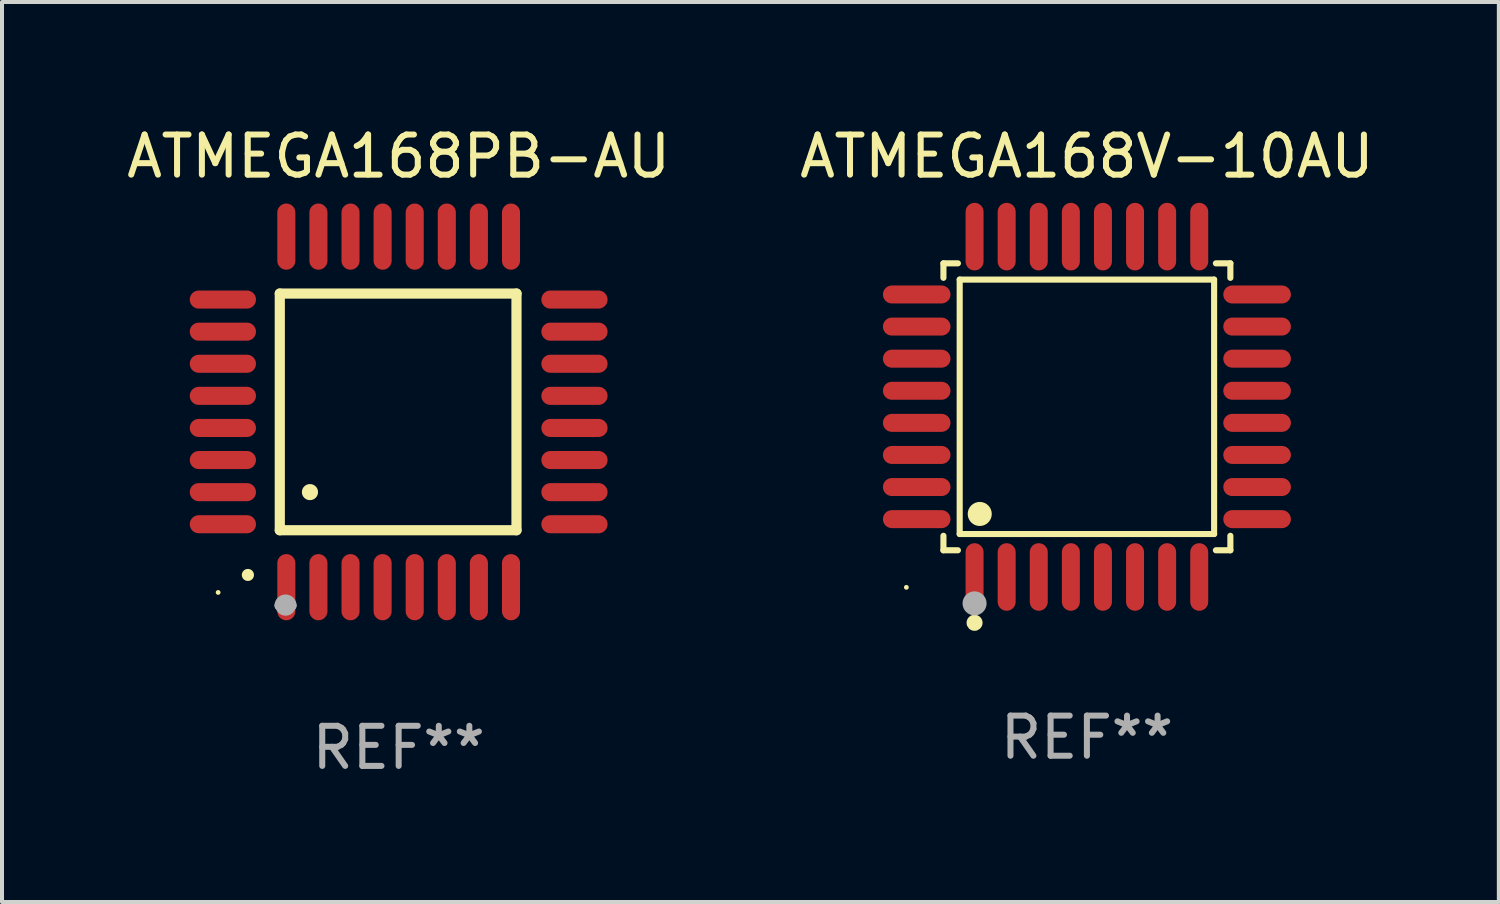
<source format=kicad_pcb>
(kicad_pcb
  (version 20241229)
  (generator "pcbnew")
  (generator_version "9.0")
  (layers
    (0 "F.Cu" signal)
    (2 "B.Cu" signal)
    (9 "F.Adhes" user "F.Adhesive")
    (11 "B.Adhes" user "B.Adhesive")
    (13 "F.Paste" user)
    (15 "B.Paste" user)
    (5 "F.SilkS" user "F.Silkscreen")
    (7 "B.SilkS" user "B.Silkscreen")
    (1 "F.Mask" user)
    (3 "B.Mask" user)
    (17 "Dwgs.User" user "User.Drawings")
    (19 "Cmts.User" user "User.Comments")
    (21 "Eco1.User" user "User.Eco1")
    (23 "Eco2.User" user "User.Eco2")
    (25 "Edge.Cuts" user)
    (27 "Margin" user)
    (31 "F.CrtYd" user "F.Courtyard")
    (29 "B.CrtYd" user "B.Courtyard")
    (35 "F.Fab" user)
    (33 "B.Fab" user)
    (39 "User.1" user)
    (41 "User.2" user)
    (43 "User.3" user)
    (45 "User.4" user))
  (footprint "ATMEGA168PB-AU"
    (layer "F.Cu")
    (at 6.887 7.217)
    (property "Reference" "ATMEGA168PB-AU" (at 0 -6.369 0) (layer "F.SilkS") (effects (font (size 1 1) (thickness 0.15))))
    (attr through_hole)
    (fp_line (start -2.963 -2.95) (end -2.963 2.95) (stroke (width 0.254) (type solid)) (layer "F.SilkS"))
    (fp_line (start -2.963 2.95) (end 2.937 2.95) (stroke (width 0.254) (type solid)) (layer "F.SilkS"))
    (fp_line (start 2.937 -2.95) (end -2.963 -2.95) (stroke (width 0.254) (type solid)) (layer "F.SilkS"))
    (fp_line (start 2.937 2.95) (end 2.937 -2.95) (stroke (width 0.254) (type solid)) (layer "F.SilkS"))
    (fp_arc (start -3.759208 4.064008) (mid -3.757938 4.064003) (end -3.756668 4.064008) (stroke (width 0.3) (type solid)) (layer "F.SilkS"))
    (fp_arc (start -2.212344 1.998984) (mid -2.211074 1.99898) (end -2.209804 1.998984) (stroke (width 0.4) (type solid)) (layer "F.SilkS"))
    (fp_circle (center -4.5 4.5) (end -4.47 4.5) (stroke (width 0.06) (type solid)) (fill no) (layer "F.SilkS"))
    (fp_arc (start -2.967489 4.82601) (mid -2.819406 4.677927) (end -2.671323 4.82601) (stroke (width 0.254001) (type solid)) (layer "F.Fab"))
    (fp_arc (start -2.967488 4.82601) (mid -2.819406 4.791053) (end -2.671324 4.82601) (stroke (width 0.254001) (type solid)) (layer "F.Fab"))
    (fp_circle (center -2.819 4.826) (end -2.692 4.826) (stroke (width 0.254) (type solid)) (fill no) (layer "F.Fab"))
    (fp_text user "REF**" (at 0 8.369 0) (layer "F.Fab") (effects (font (size 1 1) (thickness 0.15))))
    (pad "1" smd oval (at -2.8 4.369) (size 0.45 1.65) (layers "F.Cu" "F.Mask" "F.Paste"))
    (pad "2" smd oval (at -2 4.369) (size 0.45 1.65) (layers "F.Cu" "F.Mask" "F.Paste"))
    (pad "3" smd oval (at -1.2 4.369) (size 0.45 1.65) (layers "F.Cu" "F.Mask" "F.Paste"))
    (pad "4" smd oval (at -0.4 4.369) (size 0.45 1.65) (layers "F.Cu" "F.Mask" "F.Paste"))
    (pad "5" smd oval (at 0.4 4.369) (size 0.45 1.65) (layers "F.Cu" "F.Mask" "F.Paste"))
    (pad "6" smd oval (at 1.2 4.369) (size 0.45 1.65) (layers "F.Cu" "F.Mask" "F.Paste"))
    (pad "7" smd oval (at 2 4.369) (size 0.45 1.65) (layers "F.Cu" "F.Mask" "F.Paste"))
    (pad "8" smd oval (at 2.8 4.369) (size 0.45 1.65) (layers "F.Cu" "F.Mask" "F.Paste"))
    (pad "9" smd oval (at 4.382 2.8) (size 1.65 0.45) (layers "F.Cu" "F.Mask" "F.Paste"))
    (pad "10" smd oval (at 4.382 2) (size 1.65 0.45) (layers "F.Cu" "F.Mask" "F.Paste"))
    (pad "11" smd oval (at 4.382 1.2) (size 1.65 0.45) (layers "F.Cu" "F.Mask" "F.Paste"))
    (pad "12" smd oval (at 4.382 0.4) (size 1.65 0.45) (layers "F.Cu" "F.Mask" "F.Paste"))
    (pad "13" smd oval (at 4.382 -0.4) (size 1.65 0.45) (layers "F.Cu" "F.Mask" "F.Paste"))
    (pad "14" smd oval (at 4.382 -1.2) (size 1.65 0.45) (layers "F.Cu" "F.Mask" "F.Paste"))
    (pad "15" smd oval (at 4.382 -2) (size 1.65 0.45) (layers "F.Cu" "F.Mask" "F.Paste"))
    (pad "16" smd oval (at 4.382 -2.8) (size 1.65 0.45) (layers "F.Cu" "F.Mask" "F.Paste"))
    (pad "17" smd oval (at 2.8 -4.369) (size 0.45 1.65) (layers "F.Cu" "F.Mask" "F.Paste"))
    (pad "18" smd oval (at 2 -4.369) (size 0.45 1.65) (layers "F.Cu" "F.Mask" "F.Paste"))
    (pad "19" smd oval (at 1.2 -4.369) (size 0.45 1.65) (layers "F.Cu" "F.Mask" "F.Paste"))
    (pad "20" smd oval (at 0.4 -4.369) (size 0.45 1.65) (layers "F.Cu" "F.Mask" "F.Paste"))
    (pad "21" smd oval (at -0.4 -4.369) (size 0.45 1.65) (layers "F.Cu" "F.Mask" "F.Paste"))
    (pad "22" smd oval (at -1.2 -4.369) (size 0.45 1.65) (layers "F.Cu" "F.Mask" "F.Paste"))
    (pad "23" smd oval (at -2 -4.369) (size 0.45 1.65) (layers "F.Cu" "F.Mask" "F.Paste"))
    (pad "24" smd oval (at -2.8 -4.369) (size 0.45 1.65) (layers "F.Cu" "F.Mask" "F.Paste"))
    (pad "25" smd oval (at -4.382 -2.8) (size 1.65 0.45) (layers "F.Cu" "F.Mask" "F.Paste"))
    (pad "26" smd oval (at -4.382 -2) (size 1.65 0.45) (layers "F.Cu" "F.Mask" "F.Paste"))
    (pad "27" smd oval (at -4.382 -1.2) (size 1.65 0.45) (layers "F.Cu" "F.Mask" "F.Paste"))
    (pad "28" smd oval (at -4.382 -0.4) (size 1.65 0.45) (layers "F.Cu" "F.Mask" "F.Paste"))
    (pad "29" smd oval (at -4.382 0.4) (size 1.65 0.45) (layers "F.Cu" "F.Mask" "F.Paste"))
    (pad "30" smd oval (at -4.382 1.2) (size 1.65 0.45) (layers "F.Cu" "F.Mask" "F.Paste"))
    (pad "31" smd oval (at -4.382 2) (size 1.65 0.45) (layers "F.Cu" "F.Mask" "F.Paste"))
    (pad "32" smd oval (at -4.382 2.8) (size 1.65 0.45) (layers "F.Cu" "F.Mask" "F.Paste")))
  (footprint "ATMEGA168V-10AU"
    (layer "F.Cu")
    (at 24.042 7.09)
    (property "Reference" "ATMEGA168V-10AU" (at 0 -6.242 0) (layer "F.SilkS") (effects (font (size 1 1) (thickness 0.15))))
    (attr through_hole)
    (fp_line (start -3.576 -3.576) (end -3.215 -3.576) (stroke (width 0.152) (type solid)) (layer "F.SilkS"))
    (fp_line (start -3.576 -3.215) (end -3.576 -3.576) (stroke (width 0.152) (type solid)) (layer "F.SilkS"))
    (fp_line (start -3.576 3.215) (end -3.576 3.576) (stroke (width 0.152) (type solid)) (layer "F.SilkS"))
    (fp_line (start -3.576 3.576) (end -3.215 3.576) (stroke (width 0.152) (type solid)) (layer "F.SilkS"))
    (fp_line (start -3.171 -3.171) (end 3.171 -3.171) (stroke (width 0.152) (type solid)) (layer "F.SilkS"))
    (fp_line (start -3.171 3.171) (end -3.171 -3.171) (stroke (width 0.152) (type solid)) (layer "F.SilkS"))
    (fp_line (start 3.171 -3.171) (end 3.171 3.171) (stroke (width 0.152) (type solid)) (layer "F.SilkS"))
    (fp_line (start 3.171 3.171) (end -3.171 3.171) (stroke (width 0.152) (type solid)) (layer "F.SilkS"))
    (fp_line (start 3.576 -3.576) (end 3.215 -3.576) (stroke (width 0.152) (type solid)) (layer "F.SilkS"))
    (fp_line (start 3.576 -3.215) (end 3.576 -3.576) (stroke (width 0.152) (type solid)) (layer "F.SilkS"))
    (fp_line (start 3.576 3.215) (end 3.576 3.576) (stroke (width 0.152) (type solid)) (layer "F.SilkS"))
    (fp_line (start 3.576 3.576) (end 3.215 3.576) (stroke (width 0.152) (type solid)) (layer "F.SilkS"))
    (fp_circle (center -4.5 4.5) (end -4.47 4.5) (stroke (width 0.06) (type solid)) (fill no) (layer "F.SilkS"))
    (fp_circle (center -2.8 5.384) (end -2.7 5.384) (stroke (width 0.2) (type solid)) (fill no) (layer "F.SilkS"))
    (fp_circle (center -2.671 2.671) (end -2.521 2.671) (stroke (width 0.3) (type solid)) (fill no) (layer "F.SilkS"))
    (fp_circle (center -2.8 4.9) (end -2.65 4.9) (stroke (width 0.3) (type solid)) (fill no) (layer "F.Fab"))
    (fp_text user "REF**" (at 0 8.242 0) (layer "F.Fab") (effects (font (size 1 1) (thickness 0.15))))
    (pad "1" smd oval (at -2.8 4.242) (size 0.448 1.684) (layers "F.Cu" "F.Mask" "F.Paste"))
    (pad "2" smd oval (at -2 4.242) (size 0.448 1.684) (layers "F.Cu" "F.Mask" "F.Paste"))
    (pad "3" smd oval (at -1.2 4.242) (size 0.448 1.684) (layers "F.Cu" "F.Mask" "F.Paste"))
    (pad "4" smd oval (at -0.4 4.242) (size 0.448 1.684) (layers "F.Cu" "F.Mask" "F.Paste"))
    (pad "5" smd oval (at 0.4 4.242) (size 0.448 1.684) (layers "F.Cu" "F.Mask" "F.Paste"))
    (pad "6" smd oval (at 1.2 4.242) (size 0.448 1.684) (layers "F.Cu" "F.Mask" "F.Paste"))
    (pad "7" smd oval (at 2 4.242) (size 0.448 1.684) (layers "F.Cu" "F.Mask" "F.Paste"))
    (pad "8" smd oval (at 2.8 4.242) (size 0.448 1.684) (layers "F.Cu" "F.Mask" "F.Paste"))
    (pad "9" smd oval (at 4.242 2.8) (size 1.684 0.448) (layers "F.Cu" "F.Mask" "F.Paste"))
    (pad "10" smd oval (at 4.242 2) (size 1.684 0.448) (layers "F.Cu" "F.Mask" "F.Paste"))
    (pad "11" smd oval (at 4.242 1.2) (size 1.684 0.448) (layers "F.Cu" "F.Mask" "F.Paste"))
    (pad "12" smd oval (at 4.242 0.4) (size 1.684 0.448) (layers "F.Cu" "F.Mask" "F.Paste"))
    (pad "13" smd oval (at 4.242 -0.4) (size 1.684 0.448) (layers "F.Cu" "F.Mask" "F.Paste"))
    (pad "14" smd oval (at 4.242 -1.2) (size 1.684 0.448) (layers "F.Cu" "F.Mask" "F.Paste"))
    (pad "15" smd oval (at 4.242 -2) (size 1.684 0.448) (layers "F.Cu" "F.Mask" "F.Paste"))
    (pad "16" smd oval (at 4.242 -2.8) (size 1.684 0.448) (layers "F.Cu" "F.Mask" "F.Paste"))
    (pad "17" smd oval (at 2.8 -4.242) (size 0.448 1.684) (layers "F.Cu" "F.Mask" "F.Paste"))
    (pad "18" smd oval (at 2 -4.242) (size 0.448 1.684) (layers "F.Cu" "F.Mask" "F.Paste"))
    (pad "19" smd oval (at 1.2 -4.242) (size 0.448 1.684) (layers "F.Cu" "F.Mask" "F.Paste"))
    (pad "20" smd oval (at 0.4 -4.242) (size 0.448 1.684) (layers "F.Cu" "F.Mask" "F.Paste"))
    (pad "21" smd oval (at -0.4 -4.242) (size 0.448 1.684) (layers "F.Cu" "F.Mask" "F.Paste"))
    (pad "22" smd oval (at -1.2 -4.242) (size 0.448 1.684) (layers "F.Cu" "F.Mask" "F.Paste"))
    (pad "23" smd oval (at -2 -4.242) (size 0.448 1.684) (layers "F.Cu" "F.Mask" "F.Paste"))
    (pad "24" smd oval (at -2.8 -4.242) (size 0.448 1.684) (layers "F.Cu" "F.Mask" "F.Paste"))
    (pad "25" smd oval (at -4.242 -2.8) (size 1.684 0.448) (layers "F.Cu" "F.Mask" "F.Paste"))
    (pad "26" smd oval (at -4.242 -2) (size 1.684 0.448) (layers "F.Cu" "F.Mask" "F.Paste"))
    (pad "27" smd oval (at -4.242 -1.2) (size 1.684 0.448) (layers "F.Cu" "F.Mask" "F.Paste"))
    (pad "28" smd oval (at -4.242 -0.4) (size 1.684 0.448) (layers "F.Cu" "F.Mask" "F.Paste"))
    (pad "29" smd oval (at -4.242 0.4) (size 1.684 0.448) (layers "F.Cu" "F.Mask" "F.Paste"))
    (pad "30" smd oval (at -4.242 1.2) (size 1.684 0.448) (layers "F.Cu" "F.Mask" "F.Paste"))
    (pad "31" smd oval (at -4.242 2) (size 1.684 0.448) (layers "F.Cu" "F.Mask" "F.Paste"))
    (pad "32" smd oval (at -4.242 2.8) (size 1.684 0.448) (layers "F.Cu" "F.Mask" "F.Paste")))
  (gr_rect
    (start -3 -3)
    (end 34.31 19.434)
    (stroke (width 0.1) (type default))
    (fill no)
    (layer "Edge.Cuts")))
</source>
